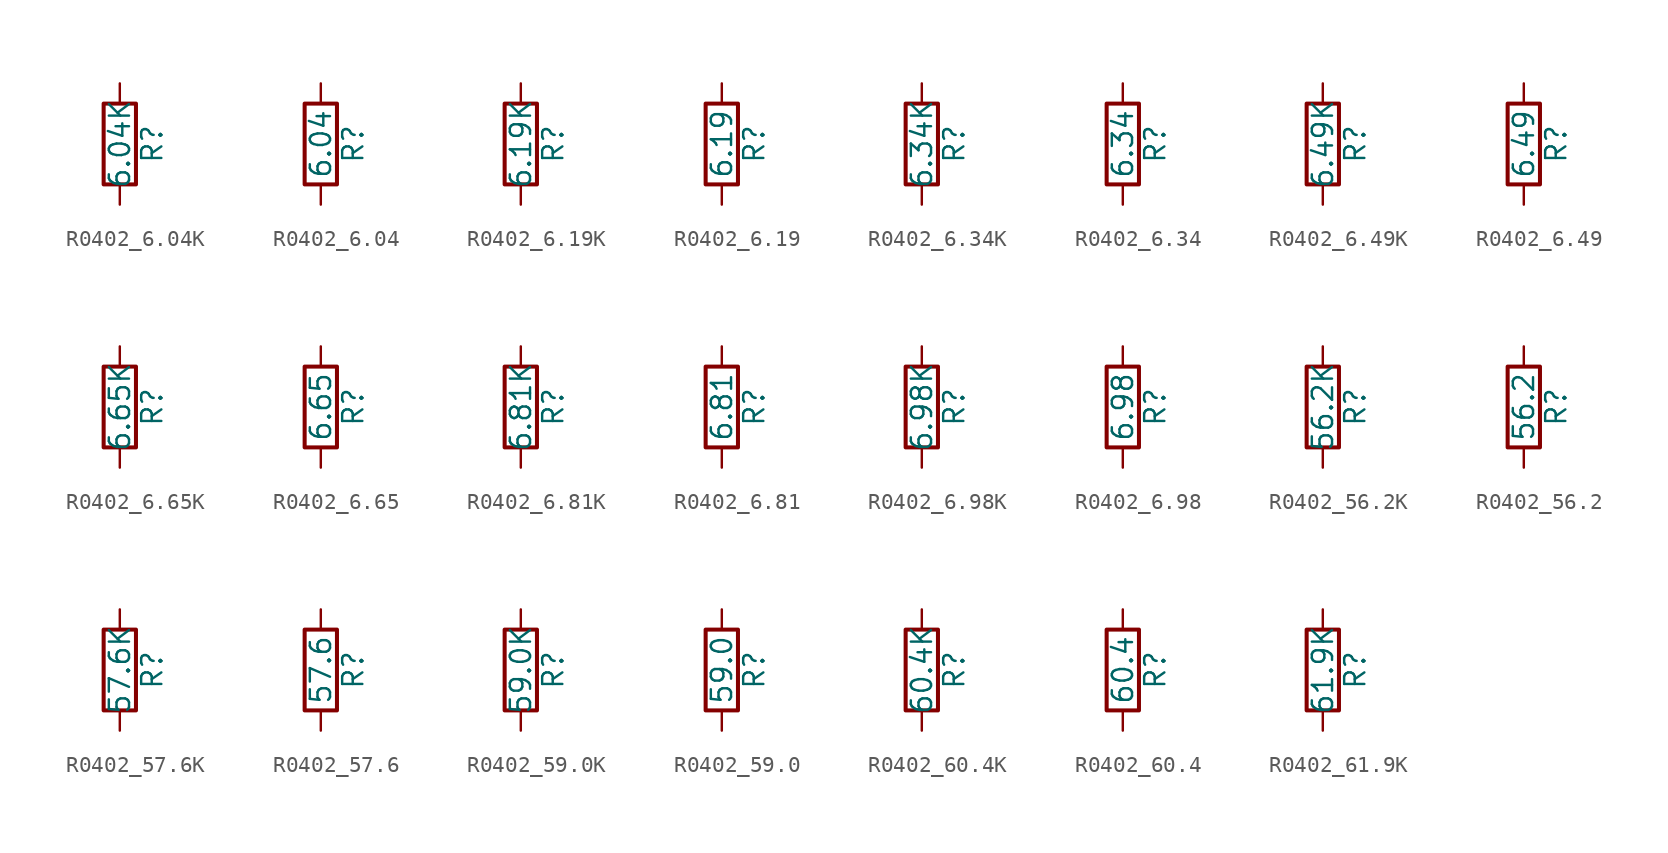
<source format=kicad_sym>
(kicad_symbol_lib
  (version 20211014)
  (generator atlantix-eda)
  (symbol "R0402_6.04K"
    (pin_numbers hide)
    (pin_names
      (offset 0))
    (property "Reference" "R"
      (at 2.032 0 90)
      (effects (font (size 1.27 1.27))))
    (property "Value" "6.04K"
      (at 0 0 90)
      (effects (font (size 1.27 1.27))))
    (symbol "R0402_6.04K_0_1"
      (rectangle (start -1.016 -2.54) (end 1.016 2.54) (stroke (width 0.254) (type default) (color 0 0 0 0)) (fill (type none))))
    (symbol "R0402_6.04K_1_1"
      (pin passive line (at 0 3.81 270) (length 1.27) (name "~" (effects (font (size 1.27 1.27)))) (number "1" (effects (font (size 1.27 1.27)))))
      (pin passive line (at 0 -3.81 90) (length 1.27) (name "~" (effects (font (size 1.27 1.27)))) (number "2" (effects (font (size 1.27 1.27)))))))
  (symbol "R0402_6.04"
    (pin_numbers hide)
    (pin_names
      (offset 0))
    (property "Reference" "R"
      (at 2.032 0 90)
      (effects (font (size 1.27 1.27))))
    (property "Value" "6.04"
      (at 0 0 90)
      (effects (font (size 1.27 1.27))))
    (symbol "R0402_6.04_0_1"
      (rectangle (start -1.016 -2.54) (end 1.016 2.54) (stroke (width 0.254) (type default) (color 0 0 0 0)) (fill (type none))))
    (symbol "R0402_6.04_1_1"
      (pin passive line (at 0 3.81 270) (length 1.27) (name "~" (effects (font (size 1.27 1.27)))) (number "1" (effects (font (size 1.27 1.27)))))
      (pin passive line (at 0 -3.81 90) (length 1.27) (name "~" (effects (font (size 1.27 1.27)))) (number "2" (effects (font (size 1.27 1.27)))))))
  (symbol "R0402_6.19K"
    (pin_numbers hide)
    (pin_names
      (offset 0))
    (property "Reference" "R"
      (at 2.032 0 90)
      (effects (font (size 1.27 1.27))))
    (property "Value" "6.19K"
      (at 0 0 90)
      (effects (font (size 1.27 1.27))))
    (symbol "R0402_6.19K_0_1"
      (rectangle (start -1.016 -2.54) (end 1.016 2.54) (stroke (width 0.254) (type default) (color 0 0 0 0)) (fill (type none))))
    (symbol "R0402_6.19K_1_1"
      (pin passive line (at 0 3.81 270) (length 1.27) (name "~" (effects (font (size 1.27 1.27)))) (number "1" (effects (font (size 1.27 1.27)))))
      (pin passive line (at 0 -3.81 90) (length 1.27) (name "~" (effects (font (size 1.27 1.27)))) (number "2" (effects (font (size 1.27 1.27)))))))
  (symbol "R0402_6.19"
    (pin_numbers hide)
    (pin_names
      (offset 0))
    (property "Reference" "R"
      (at 2.032 0 90)
      (effects (font (size 1.27 1.27))))
    (property "Value" "6.19"
      (at 0 0 90)
      (effects (font (size 1.27 1.27))))
    (symbol "R0402_6.19_0_1"
      (rectangle (start -1.016 -2.54) (end 1.016 2.54) (stroke (width 0.254) (type default) (color 0 0 0 0)) (fill (type none))))
    (symbol "R0402_6.19_1_1"
      (pin passive line (at 0 3.81 270) (length 1.27) (name "~" (effects (font (size 1.27 1.27)))) (number "1" (effects (font (size 1.27 1.27)))))
      (pin passive line (at 0 -3.81 90) (length 1.27) (name "~" (effects (font (size 1.27 1.27)))) (number "2" (effects (font (size 1.27 1.27)))))))
  (symbol "R0402_6.34K"
    (pin_numbers hide)
    (pin_names
      (offset 0))
    (property "Reference" "R"
      (at 2.032 0 90)
      (effects (font (size 1.27 1.27))))
    (property "Value" "6.34K"
      (at 0 0 90)
      (effects (font (size 1.27 1.27))))
    (symbol "R0402_6.34K_0_1"
      (rectangle (start -1.016 -2.54) (end 1.016 2.54) (stroke (width 0.254) (type default) (color 0 0 0 0)) (fill (type none))))
    (symbol "R0402_6.34K_1_1"
      (pin passive line (at 0 3.81 270) (length 1.27) (name "~" (effects (font (size 1.27 1.27)))) (number "1" (effects (font (size 1.27 1.27)))))
      (pin passive line (at 0 -3.81 90) (length 1.27) (name "~" (effects (font (size 1.27 1.27)))) (number "2" (effects (font (size 1.27 1.27)))))))
  (symbol "R0402_6.34"
    (pin_numbers hide)
    (pin_names
      (offset 0))
    (property "Reference" "R"
      (at 2.032 0 90)
      (effects (font (size 1.27 1.27))))
    (property "Value" "6.34"
      (at 0 0 90)
      (effects (font (size 1.27 1.27))))
    (symbol "R0402_6.34_0_1"
      (rectangle (start -1.016 -2.54) (end 1.016 2.54) (stroke (width 0.254) (type default) (color 0 0 0 0)) (fill (type none))))
    (symbol "R0402_6.34_1_1"
      (pin passive line (at 0 3.81 270) (length 1.27) (name "~" (effects (font (size 1.27 1.27)))) (number "1" (effects (font (size 1.27 1.27)))))
      (pin passive line (at 0 -3.81 90) (length 1.27) (name "~" (effects (font (size 1.27 1.27)))) (number "2" (effects (font (size 1.27 1.27)))))))
  (symbol "R0402_6.49K"
    (pin_numbers hide)
    (pin_names
      (offset 0))
    (property "Reference" "R"
      (at 2.032 0 90)
      (effects (font (size 1.27 1.27))))
    (property "Value" "6.49K"
      (at 0 0 90)
      (effects (font (size 1.27 1.27))))
    (symbol "R0402_6.49K_0_1"
      (rectangle (start -1.016 -2.54) (end 1.016 2.54) (stroke (width 0.254) (type default) (color 0 0 0 0)) (fill (type none))))
    (symbol "R0402_6.49K_1_1"
      (pin passive line (at 0 3.81 270) (length 1.27) (name "~" (effects (font (size 1.27 1.27)))) (number "1" (effects (font (size 1.27 1.27)))))
      (pin passive line (at 0 -3.81 90) (length 1.27) (name "~" (effects (font (size 1.27 1.27)))) (number "2" (effects (font (size 1.27 1.27)))))))
  (symbol "R0402_6.49"
    (pin_numbers hide)
    (pin_names
      (offset 0))
    (property "Reference" "R"
      (at 2.032 0 90)
      (effects (font (size 1.27 1.27))))
    (property "Value" "6.49"
      (at 0 0 90)
      (effects (font (size 1.27 1.27))))
    (symbol "R0402_6.49_0_1"
      (rectangle (start -1.016 -2.54) (end 1.016 2.54) (stroke (width 0.254) (type default) (color 0 0 0 0)) (fill (type none))))
    (symbol "R0402_6.49_1_1"
      (pin passive line (at 0 3.81 270) (length 1.27) (name "~" (effects (font (size 1.27 1.27)))) (number "1" (effects (font (size 1.27 1.27)))))
      (pin passive line (at 0 -3.81 90) (length 1.27) (name "~" (effects (font (size 1.27 1.27)))) (number "2" (effects (font (size 1.27 1.27)))))))
  (symbol "R0402_6.65K"
    (pin_numbers hide)
    (pin_names
      (offset 0))
    (property "Reference" "R"
      (at 2.032 0 90)
      (effects (font (size 1.27 1.27))))
    (property "Value" "6.65K"
      (at 0 0 90)
      (effects (font (size 1.27 1.27))))
    (symbol "R0402_6.65K_0_1"
      (rectangle (start -1.016 -2.54) (end 1.016 2.54) (stroke (width 0.254) (type default) (color 0 0 0 0)) (fill (type none))))
    (symbol "R0402_6.65K_1_1"
      (pin passive line (at 0 3.81 270) (length 1.27) (name "~" (effects (font (size 1.27 1.27)))) (number "1" (effects (font (size 1.27 1.27)))))
      (pin passive line (at 0 -3.81 90) (length 1.27) (name "~" (effects (font (size 1.27 1.27)))) (number "2" (effects (font (size 1.27 1.27)))))))
  (symbol "R0402_6.65"
    (pin_numbers hide)
    (pin_names
      (offset 0))
    (property "Reference" "R"
      (at 2.032 0 90)
      (effects (font (size 1.27 1.27))))
    (property "Value" "6.65"
      (at 0 0 90)
      (effects (font (size 1.27 1.27))))
    (symbol "R0402_6.65_0_1"
      (rectangle (start -1.016 -2.54) (end 1.016 2.54) (stroke (width 0.254) (type default) (color 0 0 0 0)) (fill (type none))))
    (symbol "R0402_6.65_1_1"
      (pin passive line (at 0 3.81 270) (length 1.27) (name "~" (effects (font (size 1.27 1.27)))) (number "1" (effects (font (size 1.27 1.27)))))
      (pin passive line (at 0 -3.81 90) (length 1.27) (name "~" (effects (font (size 1.27 1.27)))) (number "2" (effects (font (size 1.27 1.27)))))))
  (symbol "R0402_6.81K"
    (pin_numbers hide)
    (pin_names
      (offset 0))
    (property "Reference" "R"
      (at 2.032 0 90)
      (effects (font (size 1.27 1.27))))
    (property "Value" "6.81K"
      (at 0 0 90)
      (effects (font (size 1.27 1.27))))
    (symbol "R0402_6.81K_0_1"
      (rectangle (start -1.016 -2.54) (end 1.016 2.54) (stroke (width 0.254) (type default) (color 0 0 0 0)) (fill (type none))))
    (symbol "R0402_6.81K_1_1"
      (pin passive line (at 0 3.81 270) (length 1.27) (name "~" (effects (font (size 1.27 1.27)))) (number "1" (effects (font (size 1.27 1.27)))))
      (pin passive line (at 0 -3.81 90) (length 1.27) (name "~" (effects (font (size 1.27 1.27)))) (number "2" (effects (font (size 1.27 1.27)))))))
  (symbol "R0402_6.81"
    (pin_numbers hide)
    (pin_names
      (offset 0))
    (property "Reference" "R"
      (at 2.032 0 90)
      (effects (font (size 1.27 1.27))))
    (property "Value" "6.81"
      (at 0 0 90)
      (effects (font (size 1.27 1.27))))
    (symbol "R0402_6.81_0_1"
      (rectangle (start -1.016 -2.54) (end 1.016 2.54) (stroke (width 0.254) (type default) (color 0 0 0 0)) (fill (type none))))
    (symbol "R0402_6.81_1_1"
      (pin passive line (at 0 3.81 270) (length 1.27) (name "~" (effects (font (size 1.27 1.27)))) (number "1" (effects (font (size 1.27 1.27)))))
      (pin passive line (at 0 -3.81 90) (length 1.27) (name "~" (effects (font (size 1.27 1.27)))) (number "2" (effects (font (size 1.27 1.27)))))))
  (symbol "R0402_6.98K"
    (pin_numbers hide)
    (pin_names
      (offset 0))
    (property "Reference" "R"
      (at 2.032 0 90)
      (effects (font (size 1.27 1.27))))
    (property "Value" "6.98K"
      (at 0 0 90)
      (effects (font (size 1.27 1.27))))
    (symbol "R0402_6.98K_0_1"
      (rectangle (start -1.016 -2.54) (end 1.016 2.54) (stroke (width 0.254) (type default) (color 0 0 0 0)) (fill (type none))))
    (symbol "R0402_6.98K_1_1"
      (pin passive line (at 0 3.81 270) (length 1.27) (name "~" (effects (font (size 1.27 1.27)))) (number "1" (effects (font (size 1.27 1.27)))))
      (pin passive line (at 0 -3.81 90) (length 1.27) (name "~" (effects (font (size 1.27 1.27)))) (number "2" (effects (font (size 1.27 1.27)))))))
  (symbol "R0402_6.98"
    (pin_numbers hide)
    (pin_names
      (offset 0))
    (property "Reference" "R"
      (at 2.032 0 90)
      (effects (font (size 1.27 1.27))))
    (property "Value" "6.98"
      (at 0 0 90)
      (effects (font (size 1.27 1.27))))
    (symbol "R0402_6.98_0_1"
      (rectangle (start -1.016 -2.54) (end 1.016 2.54) (stroke (width 0.254) (type default) (color 0 0 0 0)) (fill (type none))))
    (symbol "R0402_6.98_1_1"
      (pin passive line (at 0 3.81 270) (length 1.27) (name "~" (effects (font (size 1.27 1.27)))) (number "1" (effects (font (size 1.27 1.27)))))
      (pin passive line (at 0 -3.81 90) (length 1.27) (name "~" (effects (font (size 1.27 1.27)))) (number "2" (effects (font (size 1.27 1.27)))))))
  (symbol "R0402_56.2K"
    (pin_numbers hide)
    (pin_names
      (offset 0))
    (property "Reference" "R"
      (at 2.032 0 90)
      (effects (font (size 1.27 1.27))))
    (property "Value" "56.2K"
      (at 0 0 90)
      (effects (font (size 1.27 1.27))))
    (symbol "R0402_56.2K_0_1"
      (rectangle (start -1.016 -2.54) (end 1.016 2.54) (stroke (width 0.254) (type default) (color 0 0 0 0)) (fill (type none))))
    (symbol "R0402_56.2K_1_1"
      (pin passive line (at 0 3.81 270) (length 1.27) (name "~" (effects (font (size 1.27 1.27)))) (number "1" (effects (font (size 1.27 1.27)))))
      (pin passive line (at 0 -3.81 90) (length 1.27) (name "~" (effects (font (size 1.27 1.27)))) (number "2" (effects (font (size 1.27 1.27)))))))
  (symbol "R0402_56.2"
    (pin_numbers hide)
    (pin_names
      (offset 0))
    (property "Reference" "R"
      (at 2.032 0 90)
      (effects (font (size 1.27 1.27))))
    (property "Value" "56.2"
      (at 0 0 90)
      (effects (font (size 1.27 1.27))))
    (symbol "R0402_56.2_0_1"
      (rectangle (start -1.016 -2.54) (end 1.016 2.54) (stroke (width 0.254) (type default) (color 0 0 0 0)) (fill (type none))))
    (symbol "R0402_56.2_1_1"
      (pin passive line (at 0 3.81 270) (length 1.27) (name "~" (effects (font (size 1.27 1.27)))) (number "1" (effects (font (size 1.27 1.27)))))
      (pin passive line (at 0 -3.81 90) (length 1.27) (name "~" (effects (font (size 1.27 1.27)))) (number "2" (effects (font (size 1.27 1.27)))))))
  (symbol "R0402_57.6K"
    (pin_numbers hide)
    (pin_names
      (offset 0))
    (property "Reference" "R"
      (at 2.032 0 90)
      (effects (font (size 1.27 1.27))))
    (property "Value" "57.6K"
      (at 0 0 90)
      (effects (font (size 1.27 1.27))))
    (symbol "R0402_57.6K_0_1"
      (rectangle (start -1.016 -2.54) (end 1.016 2.54) (stroke (width 0.254) (type default) (color 0 0 0 0)) (fill (type none))))
    (symbol "R0402_57.6K_1_1"
      (pin passive line (at 0 3.81 270) (length 1.27) (name "~" (effects (font (size 1.27 1.27)))) (number "1" (effects (font (size 1.27 1.27)))))
      (pin passive line (at 0 -3.81 90) (length 1.27) (name "~" (effects (font (size 1.27 1.27)))) (number "2" (effects (font (size 1.27 1.27)))))))
  (symbol "R0402_57.6"
    (pin_numbers hide)
    (pin_names
      (offset 0))
    (property "Reference" "R"
      (at 2.032 0 90)
      (effects (font (size 1.27 1.27))))
    (property "Value" "57.6"
      (at 0 0 90)
      (effects (font (size 1.27 1.27))))
    (symbol "R0402_57.6_0_1"
      (rectangle (start -1.016 -2.54) (end 1.016 2.54) (stroke (width 0.254) (type default) (color 0 0 0 0)) (fill (type none))))
    (symbol "R0402_57.6_1_1"
      (pin passive line (at 0 3.81 270) (length 1.27) (name "~" (effects (font (size 1.27 1.27)))) (number "1" (effects (font (size 1.27 1.27)))))
      (pin passive line (at 0 -3.81 90) (length 1.27) (name "~" (effects (font (size 1.27 1.27)))) (number "2" (effects (font (size 1.27 1.27)))))))
  (symbol "R0402_59.0K"
    (pin_numbers hide)
    (pin_names
      (offset 0))
    (property "Reference" "R"
      (at 2.032 0 90)
      (effects (font (size 1.27 1.27))))
    (property "Value" "59.0K"
      (at 0 0 90)
      (effects (font (size 1.27 1.27))))
    (symbol "R0402_59.0K_0_1"
      (rectangle (start -1.016 -2.54) (end 1.016 2.54) (stroke (width 0.254) (type default) (color 0 0 0 0)) (fill (type none))))
    (symbol "R0402_59.0K_1_1"
      (pin passive line (at 0 3.81 270) (length 1.27) (name "~" (effects (font (size 1.27 1.27)))) (number "1" (effects (font (size 1.27 1.27)))))
      (pin passive line (at 0 -3.81 90) (length 1.27) (name "~" (effects (font (size 1.27 1.27)))) (number "2" (effects (font (size 1.27 1.27)))))))
  (symbol "R0402_59.0"
    (pin_numbers hide)
    (pin_names
      (offset 0))
    (property "Reference" "R"
      (at 2.032 0 90)
      (effects (font (size 1.27 1.27))))
    (property "Value" "59.0"
      (at 0 0 90)
      (effects (font (size 1.27 1.27))))
    (symbol "R0402_59.0_0_1"
      (rectangle (start -1.016 -2.54) (end 1.016 2.54) (stroke (width 0.254) (type default) (color 0 0 0 0)) (fill (type none))))
    (symbol "R0402_59.0_1_1"
      (pin passive line (at 0 3.81 270) (length 1.27) (name "~" (effects (font (size 1.27 1.27)))) (number "1" (effects (font (size 1.27 1.27)))))
      (pin passive line (at 0 -3.81 90) (length 1.27) (name "~" (effects (font (size 1.27 1.27)))) (number "2" (effects (font (size 1.27 1.27)))))))
  (symbol "R0402_60.4K"
    (pin_numbers hide)
    (pin_names
      (offset 0))
    (property "Reference" "R"
      (at 2.032 0 90)
      (effects (font (size 1.27 1.27))))
    (property "Value" "60.4K"
      (at 0 0 90)
      (effects (font (size 1.27 1.27))))
    (symbol "R0402_60.4K_0_1"
      (rectangle (start -1.016 -2.54) (end 1.016 2.54) (stroke (width 0.254) (type default) (color 0 0 0 0)) (fill (type none))))
    (symbol "R0402_60.4K_1_1"
      (pin passive line (at 0 3.81 270) (length 1.27) (name "~" (effects (font (size 1.27 1.27)))) (number "1" (effects (font (size 1.27 1.27)))))
      (pin passive line (at 0 -3.81 90) (length 1.27) (name "~" (effects (font (size 1.27 1.27)))) (number "2" (effects (font (size 1.27 1.27)))))))
  (symbol "R0402_60.4"
    (pin_numbers hide)
    (pin_names
      (offset 0))
    (property "Reference" "R"
      (at 2.032 0 90)
      (effects (font (size 1.27 1.27))))
    (property "Value" "60.4"
      (at 0 0 90)
      (effects (font (size 1.27 1.27))))
    (symbol "R0402_60.4_0_1"
      (rectangle (start -1.016 -2.54) (end 1.016 2.54) (stroke (width 0.254) (type default) (color 0 0 0 0)) (fill (type none))))
    (symbol "R0402_60.4_1_1"
      (pin passive line (at 0 3.81 270) (length 1.27) (name "~" (effects (font (size 1.27 1.27)))) (number "1" (effects (font (size 1.27 1.27)))))
      (pin passive line (at 0 -3.81 90) (length 1.27) (name "~" (effects (font (size 1.27 1.27)))) (number "2" (effects (font (size 1.27 1.27)))))))
  (symbol "R0402_61.9K"
    (pin_numbers hide)
    (pin_names
      (offset 0))
    (property "Reference" "R"
      (at 2.032 0 90)
      (effects (font (size 1.27 1.27))))
    (property "Value" "61.9K"
      (at 0 0 90)
      (effects (font (size 1.27 1.27))))
    (symbol "R0402_61.9K_0_1"
      (rectangle (start -1.016 -2.54) (end 1.016 2.54) (stroke (width 0.254) (type default) (color 0 0 0 0)) (fill (type none))))
    (symbol "R0402_61.9K_1_1"
      (pin passive line (at 0 3.81 270) (length 1.27) (name "~" (effects (font (size 1.27 1.27)))) (number "1" (effects (font (size 1.27 1.27)))))
      (pin passive line (at 0 -3.81 90) (length 1.27) (name "~" (effects (font (size 1.27 1.27)))) (number "2" (effects (font (size 1.27 1.27))))))))
</source>
